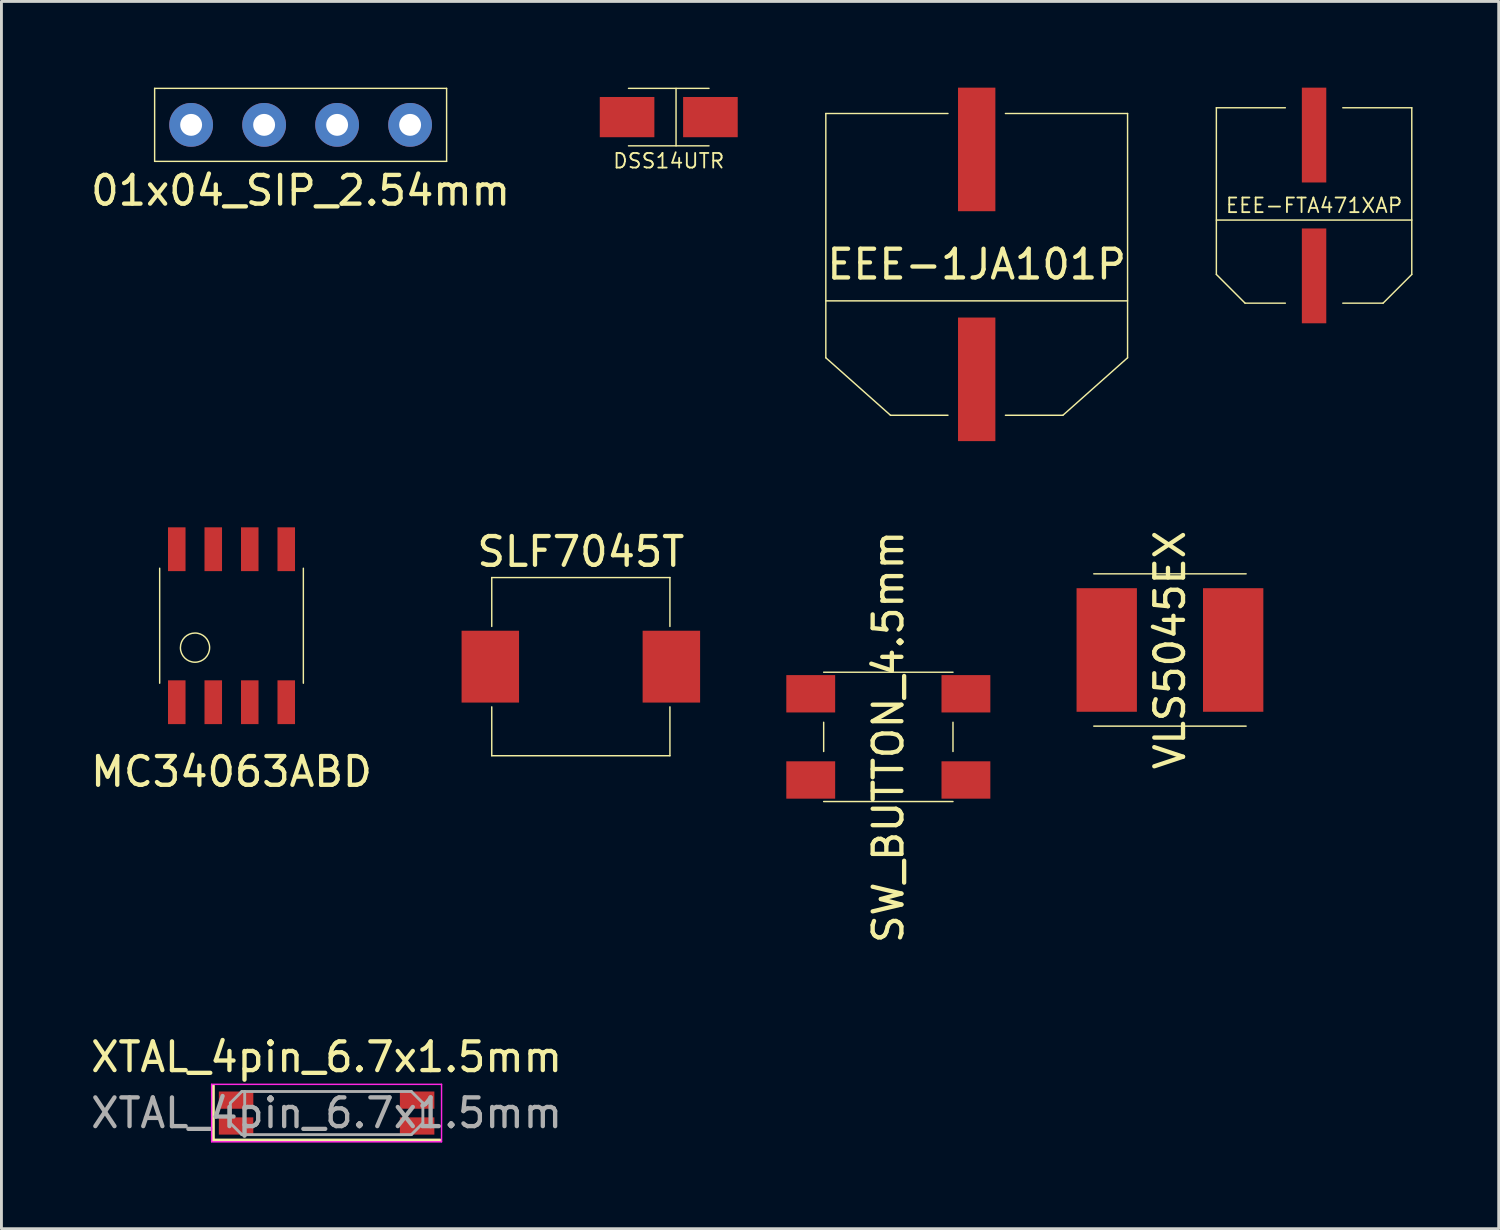
<source format=kicad_pcb>
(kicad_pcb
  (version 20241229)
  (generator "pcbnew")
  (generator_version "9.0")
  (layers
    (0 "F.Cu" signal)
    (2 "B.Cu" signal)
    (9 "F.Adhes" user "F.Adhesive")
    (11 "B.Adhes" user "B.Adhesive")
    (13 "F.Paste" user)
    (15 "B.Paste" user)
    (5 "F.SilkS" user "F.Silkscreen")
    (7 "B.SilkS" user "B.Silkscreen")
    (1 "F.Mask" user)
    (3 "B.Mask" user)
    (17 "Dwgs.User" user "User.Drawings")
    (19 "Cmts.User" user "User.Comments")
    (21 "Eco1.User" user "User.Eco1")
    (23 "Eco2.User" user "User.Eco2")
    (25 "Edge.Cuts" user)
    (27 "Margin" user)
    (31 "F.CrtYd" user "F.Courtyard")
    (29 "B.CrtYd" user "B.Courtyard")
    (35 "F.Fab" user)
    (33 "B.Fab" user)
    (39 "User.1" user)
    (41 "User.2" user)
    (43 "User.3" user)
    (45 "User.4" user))
  (footprint "XTAL_4pin_6.7x1.5mm"
    (layer "F.Cu")
    (at 8.315 35.682)
    (property "Reference" "XTAL_4pin_6.7x1.5mm" (at 0 -1.95 0) (layer "F.SilkS") (effects (font (size 1 1) (thickness 0.15))))
    (attr smd)
    (fp_line (start -3.95 -0.95) (end -3.95 0.95) (stroke (width 0.12) (type solid)) (layer "F.SilkS"))
    (fp_line (start -3.95 0.95) (end 3.95 0.95) (stroke (width 0.12) (type solid)) (layer "F.SilkS"))
    (fp_line (start -4 -1) (end -4 1) (stroke (width 0.05) (type solid)) (layer "F.CrtYd"))
    (fp_line (start -4 1) (end 4 1) (stroke (width 0.05) (type solid)) (layer "F.CrtYd"))
    (fp_line (start 4 -1) (end -4 -1) (stroke (width 0.05) (type solid)) (layer "F.CrtYd"))
    (fp_line (start 4 1) (end 4 -1) (stroke (width 0.05) (type solid)) (layer "F.CrtYd"))
    (fp_line (start -3.35 -0.35) (end -2.95 -0.75) (stroke (width 0.1) (type solid)) (layer "F.Fab"))
    (fp_line (start -3.35 0.35) (end -3.35 -0.35) (stroke (width 0.1) (type solid)) (layer "F.Fab"))
    (fp_line (start -2.95 -0.75) (end 2.95 -0.75) (stroke (width 0.1) (type solid)) (layer "F.Fab"))
    (fp_line (start -2.95 0.75) (end -3.35 0.35) (stroke (width 0.1) (type solid)) (layer "F.Fab"))
    (fp_line (start -2.85 -0.75) (end -2.85 0.75) (stroke (width 0.1) (type solid)) (layer "F.Fab"))
    (fp_line (start 2.95 -0.75) (end 3.35 -0.35) (stroke (width 0.1) (type solid)) (layer "F.Fab"))
    (fp_line (start 2.95 0.75) (end -2.95 0.75) (stroke (width 0.1) (type solid)) (layer "F.Fab"))
    (fp_line (start 3.35 -0.35) (end 3.35 0.35) (stroke (width 0.1) (type solid)) (layer "F.Fab"))
    (fp_line (start 3.35 0.35) (end 2.95 0.75) (stroke (width 0.1) (type solid)) (layer "F.Fab"))
    (fp_text user "${REFERENCE}" (at 0 0 0) (layer "F.Fab") (effects (font (size 1 1) (thickness 0.15))))
    (pad "1" smd rect (at -3.15 0.45) (size 1.2 0.6) (layers "F.Cu" "F.Mask" "F.Paste"))
    (pad "2" smd rect (at 3.15 -0.45) (size 1.2 0.6) (layers "F.Cu" "F.Mask" "F.Paste"))
    (pad "2" smd rect (at 3.15 0.45) (size 1.2 0.6) (layers "F.Cu" "F.Mask" "F.Paste"))
    (pad "3" smd rect (at -3.15 -0.45) (size 1.2 0.6) (layers "F.Cu" "F.Mask" "F.Paste")))
  (footprint "MC34063ABD"
    (layer "F.Cu")
    (at 5.006 18.724)
    (property "Reference" "MC34063ABD" (at 0 5.08 0) (layer "F.SilkS") (effects (font (size 1 1) (thickness 0.15))))
    (attr through_hole)
    (fp_line (start -2.5 2) (end -2.5 -2) (stroke (width 0.05) (type solid)) (layer "F.SilkS"))
    (fp_line (start 2.5 -2) (end 2.5 2) (stroke (width 0.05) (type solid)) (layer "F.SilkS"))
    (fp_circle (center -1.27 0.762) (end -1.27 1.27) (stroke (width 0.05) (type solid)) (fill no) (layer "F.SilkS"))
    (pad "1" smd rect (at -1.905 2.662) (size 0.61 1.524) (layers "F.Cu" "F.Mask" "F.Paste"))
    (pad "2" smd rect (at -0.635 2.662) (size 0.61 1.524) (layers "F.Cu" "F.Mask" "F.Paste"))
    (pad "3" smd rect (at 0.635 2.662) (size 0.61 1.524) (layers "F.Cu" "F.Mask" "F.Paste"))
    (pad "4" smd rect (at 1.905 2.662) (size 0.61 1.524) (layers "F.Cu" "F.Mask" "F.Paste"))
    (pad "5" smd rect (at 1.905 -2.662) (size 0.61 1.524) (layers "F.Cu" "F.Mask" "F.Paste"))
    (pad "6" smd rect (at 0.635 -2.662) (size 0.61 1.524) (layers "F.Cu" "F.Mask" "F.Paste"))
    (pad "7" smd rect (at -0.635 -2.662) (size 0.61 1.524) (layers "F.Cu" "F.Mask" "F.Paste"))
    (pad "8" smd rect (at -1.905 -2.662) (size 0.61 1.524) (layers "F.Cu" "F.Mask" "F.Paste")))
  (footprint "DSS14UTR"
    (layer "F.Cu")
    (at 20.221 1.025)
    (property "Reference" "DSS14UTR" (at 0 1.524 0) (layer "F.SilkS") (effects (font (size 0.508 0.508) (thickness 0.064))))
    (attr through_hole)
    (fp_line (start -1.4 1) (end 1.4 1) (stroke (width 0.05) (type solid)) (layer "F.SilkS"))
    (fp_line (start 0.254 1) (end 0.254 -1) (stroke (width 0.05) (type solid)) (layer "F.SilkS"))
    (fp_line (start 1.4 -1) (end -1.4 -1) (stroke (width 0.05) (type solid)) (layer "F.SilkS"))
    (pad "1" smd rect (at 1.45 0) (size 1.9 1.4) (layers "F.Cu" "F.Mask" "F.Paste"))
    (pad "2" smd rect (at -1.45 0) (size 1.9 1.4) (layers "F.Cu" "F.Mask" "F.Paste")))
  (footprint "01x04_SIP_2.54mm"
    (layer "F.Cu")
    (at 7.411 1.295)
    (property "Reference" "01x04_SIP_2.54mm" (at 0 2.286 0) (layer "F.SilkS") (effects (font (size 1 1) (thickness 0.15))))
    (attr through_hole)
    (fp_line (start -5.08 -1.27) (end 5.08 -1.27) (stroke (width 0.05) (type solid)) (layer "F.SilkS"))
    (fp_line (start -5.08 1.27) (end -5.08 -1.27) (stroke (width 0.05) (type solid)) (layer "F.SilkS"))
    (fp_line (start -5.08 1.27) (end 5.08 1.27) (stroke (width 0.05) (type solid)) (layer "F.SilkS"))
    (fp_line (start 5.08 1.27) (end 5.08 -1.27) (stroke (width 0.05) (type solid)) (layer "F.SilkS"))
    (pad "1" thru_hole circle (at -3.81 0) (size 1.524 1.524) (drill 0.762) (layers "*.Cu" "*.Mask"))
    (pad "2" thru_hole circle (at -1.27 0) (size 1.524 1.524) (drill 0.762) (layers "*.Cu" "*.Mask"))
    (pad "3" thru_hole circle (at 1.27 0) (size 1.524 1.524) (drill 0.762) (layers "*.Cu" "*.Mask"))
    (pad "4" thru_hole circle (at 3.81 0) (size 1.524 1.524) (drill 0.762) (layers "*.Cu" "*.Mask")))
  (footprint "VLS5045EX"
    (layer "F.Cu")
    (at 37.662 19.568)
    (property "Reference" "VLS5045EX" (at 0 0 90) (layer "F.SilkS") (effects (font (size 1 1) (thickness 0.15))))
    (attr through_hole)
    (fp_line (start -2.65 2.65) (end 2.65 2.65) (stroke (width 0.05) (type solid)) (layer "F.SilkS"))
    (fp_line (start 2.65 -2.65) (end -2.65 -2.65) (stroke (width 0.05) (type solid)) (layer "F.SilkS"))
    (pad "1" smd rect (at -2.2 0) (size 2.1 4.3) (layers "F.Cu" "F.Mask" "F.Paste"))
    (pad "2" smd rect (at 2.2 0) (size 2.1 4.3) (layers "F.Cu" "F.Mask" "F.Paste")))
  (footprint "SW_BUTTON_4.5mm"
    (layer "F.Cu")
    (at 27.862 22.592)
    (property "Reference" "SW_BUTTON_4.5mm" (at 0 0 90) (layer "F.SilkS") (effects (font (size 1 1) (thickness 0.15))))
    (attr through_hole)
    (fp_line (start -2.25 -0.508) (end -2.25 0.508) (stroke (width 0.05) (type solid)) (layer "F.SilkS"))
    (fp_line (start -2.25 2.25) (end 2.25 2.25) (stroke (width 0.05) (type solid)) (layer "F.SilkS"))
    (fp_line (start 2.25 -2.25) (end -2.25 -2.25) (stroke (width 0.05) (type solid)) (layer "F.SilkS"))
    (fp_line (start 2.25 -0.508) (end 2.25 0.508) (stroke (width 0.05) (type solid)) (layer "F.SilkS"))
    (pad "1" smd rect (at -2.7 -1.5) (size 1.7 1.3) (layers "F.Cu" "F.Mask" "F.Paste"))
    (pad "1" smd rect (at -2.7 1.5) (size 1.7 1.3) (layers "F.Cu" "F.Mask" "F.Paste"))
    (pad "2" smd rect (at 2.7 -1.5) (size 1.7 1.3) (layers "F.Cu" "F.Mask" "F.Paste"))
    (pad "2" smd rect (at 2.7 1.5) (size 1.7 1.3) (layers "F.Cu" "F.Mask" "F.Paste")))
  (footprint "EEE-FTA471XAP"
    (layer "F.Cu")
    (at 42.677 4.1)
    (property "Reference" "EEE-FTA471XAP" (at 0 0 0) (layer "F.SilkS") (effects (font (size 0.508 0.508) (thickness 0.064))))
    (attr through_hole)
    (fp_line (start -3.4 -3.4) (end -1 -3.4) (stroke (width 0.05) (type solid)) (layer "F.SilkS"))
    (fp_line (start -3.4 2.4) (end -3.4 -3.4) (stroke (width 0.05) (type solid)) (layer "F.SilkS"))
    (fp_line (start -3.4 2.4) (end -2.4 3.4) (stroke (width 0.05) (type solid)) (layer "F.SilkS"))
    (fp_line (start -1 3.4) (end -2.4 3.4) (stroke (width 0.05) (type solid)) (layer "F.SilkS"))
    (fp_line (start 1 -3.4) (end 3.4 -3.4) (stroke (width 0.05) (type solid)) (layer "F.SilkS"))
    (fp_line (start 1 3.4) (end 2.4 3.4) (stroke (width 0.05) (type solid)) (layer "F.SilkS"))
    (fp_line (start 3.4 0.508) (end -3.4 0.508) (stroke (width 0.05) (type solid)) (layer "F.SilkS"))
    (fp_line (start 3.4 2.4) (end 2.4 3.4) (stroke (width 0.05) (type solid)) (layer "F.SilkS"))
    (fp_line (start 3.4 2.4) (end 3.4 -3.4) (stroke (width 0.05) (type solid)) (layer "F.SilkS"))
    (pad "1" smd rect (at 0 -2.45) (size 0.85 3.3) (layers "F.Cu" "F.Mask" "F.Paste"))
    (pad "2" smd rect (at 0 2.45) (size 0.85 3.3) (layers "F.Cu" "F.Mask" "F.Paste")))
  (footprint "EEE-1JA101P"
    (layer "F.Cu")
    (at 30.937 6.15)
    (property "Reference" "EEE-1JA101P" (at 0 0 0) (layer "F.SilkS") (effects (font (size 1 1) (thickness 0.15))))
    (attr through_hole)
    (fp_line (start -5.25 -5.25) (end -5.25 3.25) (stroke (width 0.05) (type solid)) (layer "F.SilkS"))
    (fp_line (start -5.25 -5.25) (end -1 -5.25) (stroke (width 0.05) (type solid)) (layer "F.SilkS"))
    (fp_line (start -5.25 3.25) (end -3 5.25) (stroke (width 0.05) (type solid)) (layer "F.SilkS"))
    (fp_line (start -3 5.25) (end -1 5.25) (stroke (width 0.05) (type solid)) (layer "F.SilkS"))
    (fp_line (start 3 5.25) (end 1 5.25) (stroke (width 0.05) (type solid)) (layer "F.SilkS"))
    (fp_line (start 5.25 -5.25) (end 1 -5.25) (stroke (width 0.05) (type solid)) (layer "F.SilkS"))
    (fp_line (start 5.25 -5.25) (end 5.25 3.25) (stroke (width 0.05) (type solid)) (layer "F.SilkS"))
    (fp_line (start 5.25 1.27) (end -5.25 1.27) (stroke (width 0.05) (type solid)) (layer "F.SilkS"))
    (fp_line (start 5.25 3.25) (end 3 5.25) (stroke (width 0.05) (type solid)) (layer "F.SilkS"))
    (pad "1" smd rect (at 0 -4) (size 1.3 4.3) (layers "F.Cu" "F.Mask" "F.Paste"))
    (pad "2" smd rect (at 0 4) (size 1.3 4.3) (layers "F.Cu" "F.Mask" "F.Paste")))
  (footprint "SLF7045T"
    (layer "F.Cu")
    (at 17.162 20.148)
    (property "Reference" "SLF7045T" (at 0 -4 0) (layer "F.SilkS") (effects (font (size 1 1) (thickness 0.15))))
    (attr through_hole)
    (fp_line (start -3.1 -1.4) (end -3.1 -3.1) (stroke (width 0.05) (type solid)) (layer "F.SilkS"))
    (fp_line (start -3.1 1.4) (end -3.1 3.1) (stroke (width 0.05) (type solid)) (layer "F.SilkS"))
    (fp_line (start -3.1 3.1) (end 3.1 3.1) (stroke (width 0.05) (type solid)) (layer "F.SilkS"))
    (fp_line (start 3.1 -3.1) (end -3.1 -3.1) (stroke (width 0.05) (type solid)) (layer "F.SilkS"))
    (fp_line (start 3.1 -1.4) (end 3.1 -3.1) (stroke (width 0.05) (type solid)) (layer "F.SilkS"))
    (fp_line (start 3.1 1.4) (end 3.1 3.1) (stroke (width 0.05) (type solid)) (layer "F.SilkS"))
    (pad "1" smd rect (at -3.15 0) (size 2 2.5) (layers "F.Cu" "F.Mask" "F.Paste"))
    (pad "2" smd rect (at 3.15 0) (size 2 2.5) (layers "F.Cu" "F.Mask" "F.Paste")))
  (gr_rect
    (start -3 -3)
    (end 49.102 39.707)
    (stroke (width 0.1) (type default))
    (fill no)
    (layer "Edge.Cuts")))
</source>
